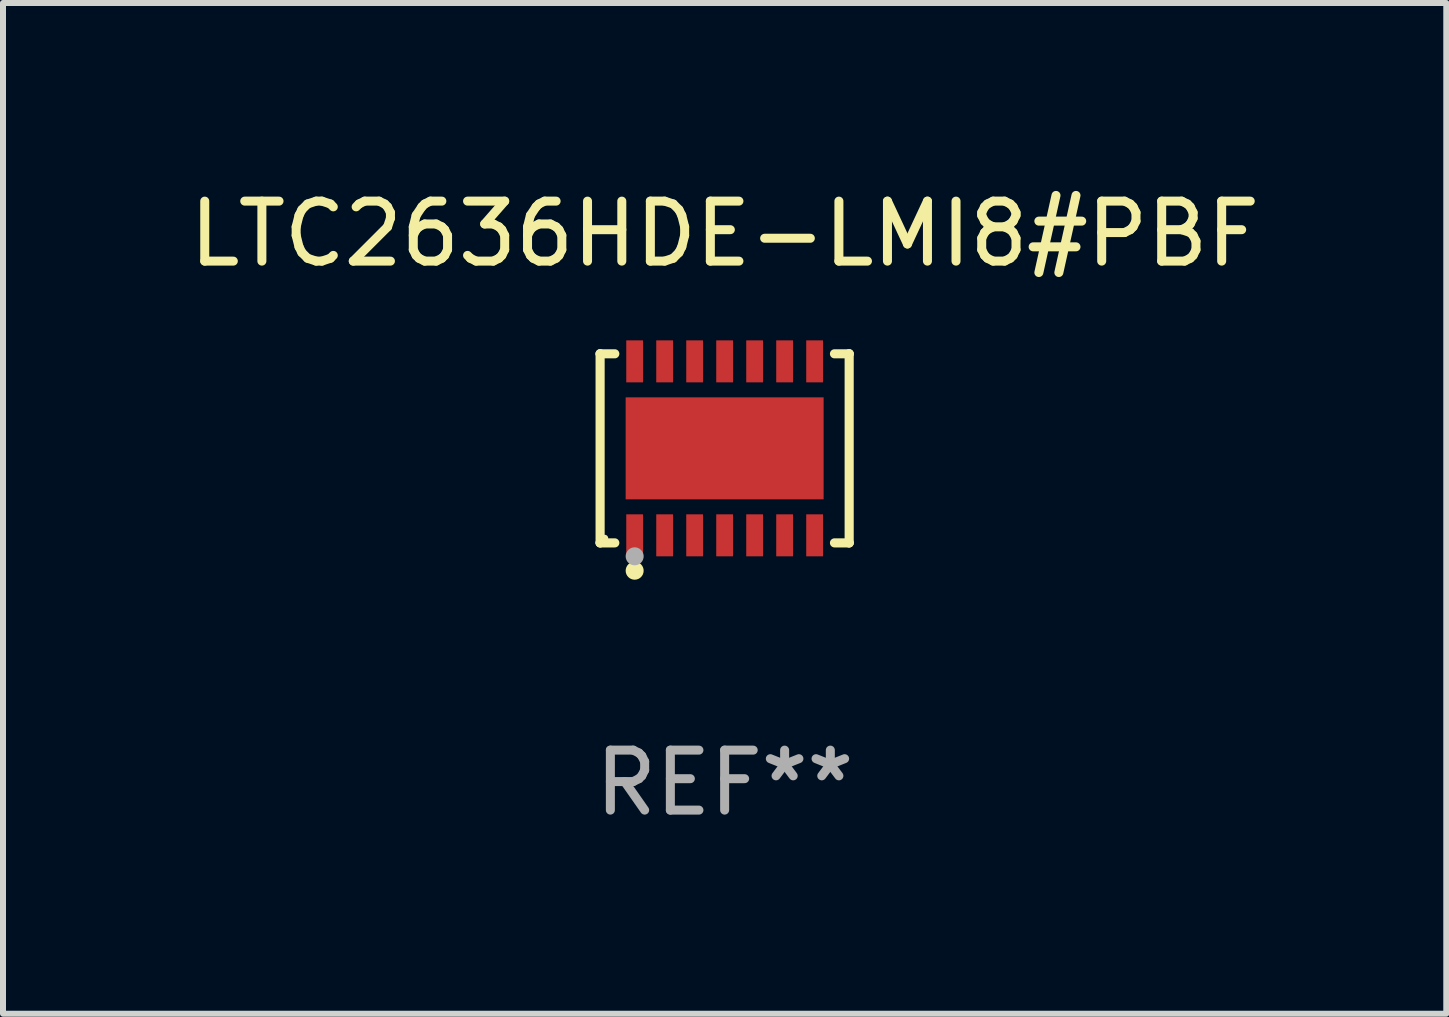
<source format=kicad_pcb>
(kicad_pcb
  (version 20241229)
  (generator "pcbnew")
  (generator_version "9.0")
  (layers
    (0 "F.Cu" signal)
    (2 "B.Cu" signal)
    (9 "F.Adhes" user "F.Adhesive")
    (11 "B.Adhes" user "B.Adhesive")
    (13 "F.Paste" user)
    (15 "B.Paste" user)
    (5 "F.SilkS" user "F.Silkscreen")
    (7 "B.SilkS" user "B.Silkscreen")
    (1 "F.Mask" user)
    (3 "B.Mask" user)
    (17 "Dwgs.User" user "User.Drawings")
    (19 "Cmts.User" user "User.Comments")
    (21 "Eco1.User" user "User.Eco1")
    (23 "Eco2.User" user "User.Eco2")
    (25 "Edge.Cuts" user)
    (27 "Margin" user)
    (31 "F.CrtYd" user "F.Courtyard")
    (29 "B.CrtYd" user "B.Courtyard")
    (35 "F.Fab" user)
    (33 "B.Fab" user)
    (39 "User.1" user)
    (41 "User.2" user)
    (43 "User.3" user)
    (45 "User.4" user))
  (footprint "LTC2636HDE-LMI8#PBF"
    (layer "F.Cu")
    (at 9.03 4.424)
    (property "Reference" "LTC2636HDE-LMI8#PBF" (at 0 -3.576 0) (layer "F.SilkS") (effects (font (size 1 1) (thickness 0.15))))
    (attr through_hole)
    (fp_line (start -2.076 -1.576) (end -2.076 -1.576) (stroke (width 0.152) (type solid)) (layer "F.SilkS"))
    (fp_line (start -2.076 -1.576) (end -1.831 -1.576) (stroke (width 0.152) (type solid)) (layer "F.SilkS"))
    (fp_line (start -2.076 1.576) (end -2.076 -1.576) (stroke (width 0.152) (type solid)) (layer "F.SilkS"))
    (fp_line (start -2.076 1.576) (end -2.076 1.576) (stroke (width 0.152) (type solid)) (layer "F.SilkS"))
    (fp_line (start -1.831 1.576) (end -2.076 1.576) (stroke (width 0.152) (type solid)) (layer "F.SilkS"))
    (fp_line (start 1.831 1.576) (end 2.076 1.576) (stroke (width 0.152) (type solid)) (layer "F.SilkS"))
    (fp_line (start 2.076 -1.576) (end 1.831 -1.576) (stroke (width 0.152) (type solid)) (layer "F.SilkS"))
    (fp_line (start 2.076 -1.576) (end 2.076 -1.576) (stroke (width 0.152) (type solid)) (layer "F.SilkS"))
    (fp_line (start 2.076 1.576) (end 2.076 -1.576) (stroke (width 0.152) (type solid)) (layer "F.SilkS"))
    (fp_line (start 2.076 1.576) (end 2.076 1.576) (stroke (width 0.152) (type solid)) (layer "F.SilkS"))
    (fp_circle (center -2 1.5) (end -1.97 1.5) (stroke (width 0.06) (type solid)) (fill no) (layer "F.SilkS"))
    (fp_circle (center -1.5 2.04) (end -1.425 2.04) (stroke (width 0.15) (type solid)) (fill no) (layer "F.SilkS"))
    (fp_circle (center -1.5 1.8) (end -1.425 1.8) (stroke (width 0.15) (type solid)) (fill no) (layer "F.Fab"))
    (fp_text user "REF**" (at 0 5.576 0) (layer "F.Fab") (effects (font (size 1 1) (thickness 0.15))))
    (pad "1" smd rect (at -1.5 1.45) (size 0.28 0.7) (layers "F.Cu" "F.Mask" "F.Paste"))
    (pad "2" smd rect (at -1 1.45) (size 0.28 0.7) (layers "F.Cu" "F.Mask" "F.Paste"))
    (pad "3" smd rect (at -0.5 1.45) (size 0.28 0.7) (layers "F.Cu" "F.Mask" "F.Paste"))
    (pad "4" smd rect (at 0 1.45) (size 0.28 0.7) (layers "F.Cu" "F.Mask" "F.Paste"))
    (pad "5" smd rect (at 0.5 1.45) (size 0.28 0.7) (layers "F.Cu" "F.Mask" "F.Paste"))
    (pad "6" smd rect (at 1 1.45) (size 0.28 0.7) (layers "F.Cu" "F.Mask" "F.Paste"))
    (pad "7" smd rect (at 1.5 1.45) (size 0.28 0.7) (layers "F.Cu" "F.Mask" "F.Paste"))
    (pad "8" smd rect (at 1.5 -1.45) (size 0.28 0.7) (layers "F.Cu" "F.Mask" "F.Paste"))
    (pad "9" smd rect (at 1 -1.45) (size 0.28 0.7) (layers "F.Cu" "F.Mask" "F.Paste"))
    (pad "10" smd rect (at 0.5 -1.45) (size 0.28 0.7) (layers "F.Cu" "F.Mask" "F.Paste"))
    (pad "11" smd rect (at 0 -1.45) (size 0.28 0.7) (layers "F.Cu" "F.Mask" "F.Paste"))
    (pad "12" smd rect (at -0.5 -1.45) (size 0.28 0.7) (layers "F.Cu" "F.Mask" "F.Paste"))
    (pad "13" smd rect (at -1 -1.45) (size 0.28 0.7) (layers "F.Cu" "F.Mask" "F.Paste"))
    (pad "14" smd rect (at -1.5 -1.45) (size 0.28 0.7) (layers "F.Cu" "F.Mask" "F.Paste"))
    (pad "15" smd rect (at 0 0) (size 3.3 1.7) (layers "F.Cu" "F.Mask" "F.Paste")))
  (gr_rect
    (start -3 -3)
    (end 21.06 13.849)
    (stroke (width 0.1) (type default))
    (fill no)
    (layer "Edge.Cuts")))
</source>
